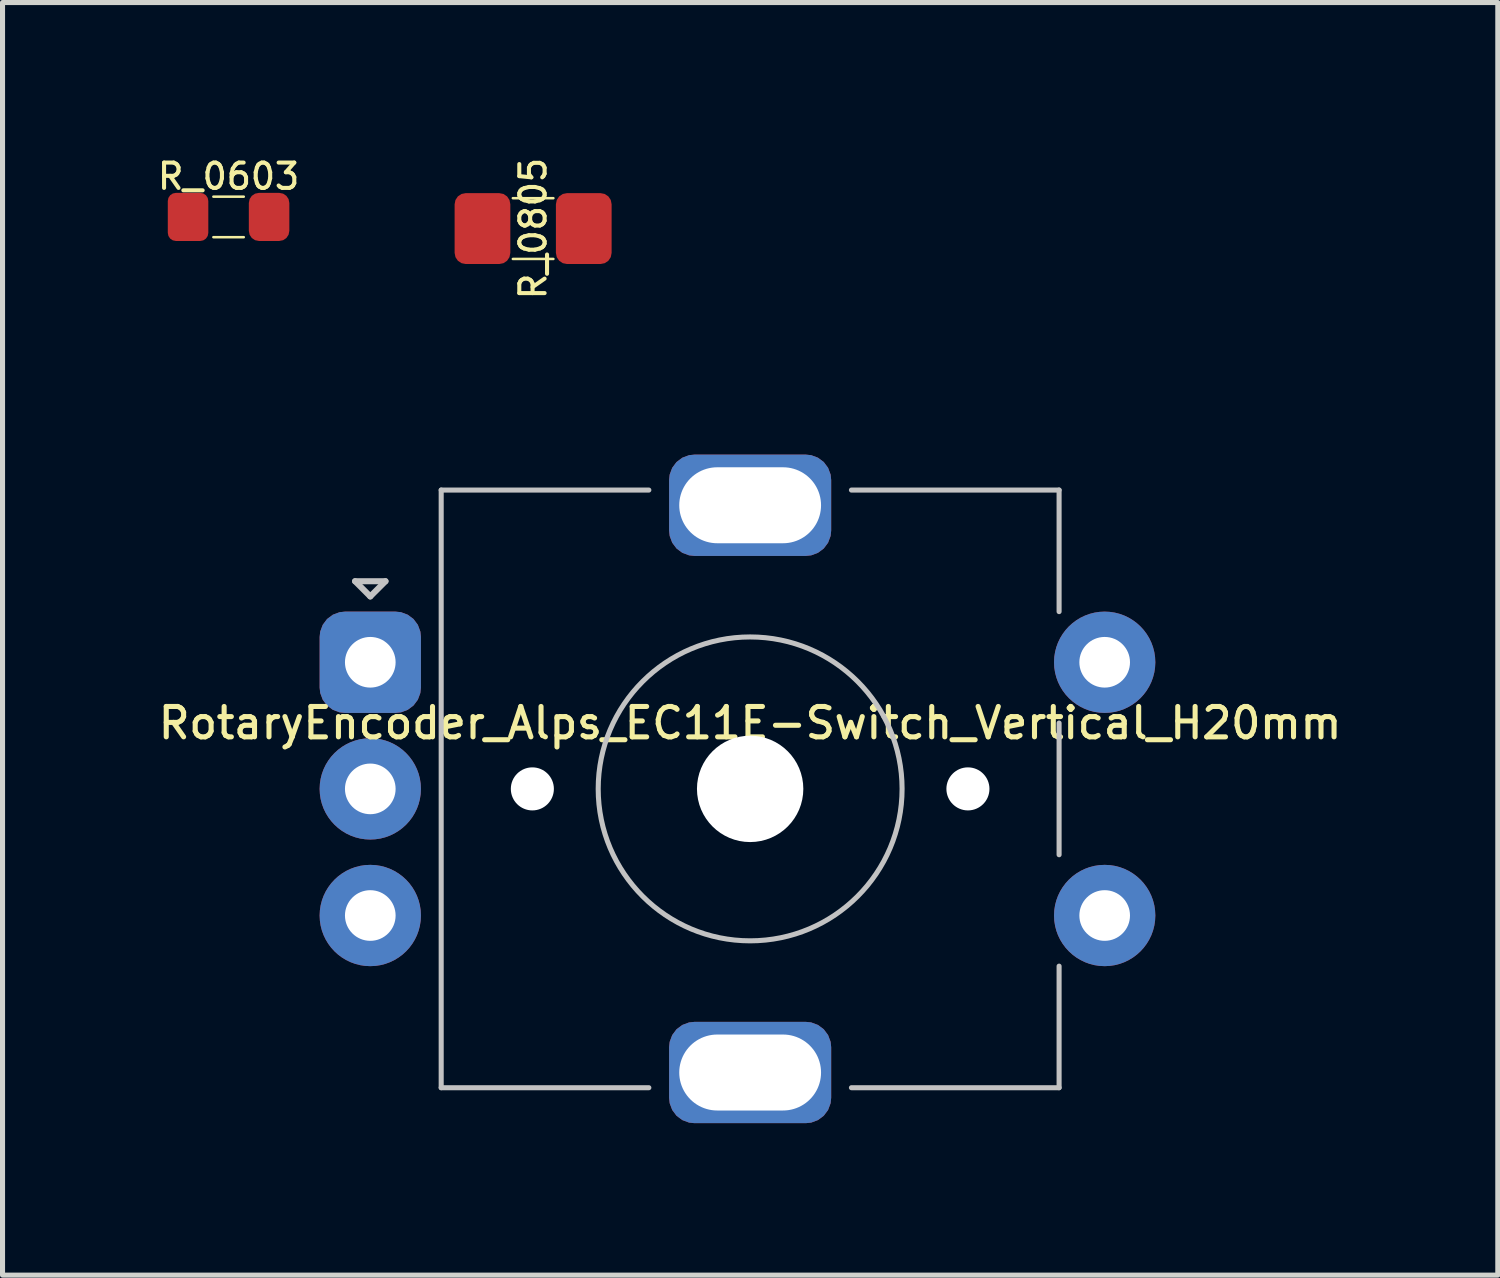
<source format=kicad_pcb>
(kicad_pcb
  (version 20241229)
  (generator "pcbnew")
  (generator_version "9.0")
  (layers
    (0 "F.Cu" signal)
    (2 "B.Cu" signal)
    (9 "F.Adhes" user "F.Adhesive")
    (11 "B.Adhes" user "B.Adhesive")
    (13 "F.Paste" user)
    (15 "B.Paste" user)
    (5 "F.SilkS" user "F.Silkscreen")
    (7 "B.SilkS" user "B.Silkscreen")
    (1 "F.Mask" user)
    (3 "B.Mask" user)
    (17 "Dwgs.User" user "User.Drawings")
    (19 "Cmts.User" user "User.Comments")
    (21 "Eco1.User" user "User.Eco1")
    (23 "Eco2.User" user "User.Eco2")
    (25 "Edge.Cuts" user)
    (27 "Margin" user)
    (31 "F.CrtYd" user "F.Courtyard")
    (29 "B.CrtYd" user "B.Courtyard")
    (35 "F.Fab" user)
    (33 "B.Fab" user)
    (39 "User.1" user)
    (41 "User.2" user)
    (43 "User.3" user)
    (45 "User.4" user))
  (footprint "RotaryEncoder_Alps_EC11E-Switch_Vertical_H20mm"
    (layer "F.Cu")
    (at 11.761 12.526)
    (property "Reference" "RotaryEncoder_Alps_EC11E-Switch_Vertical_H20mm" (at 0 -1.3 0) (layer "F.SilkS") (effects (font (size 0.6 0.6) (thickness 0.1))))
    (attr through_hole)
    (fp_line (start -7.8 -4.1) (end -7.2 -4.1) (stroke (width 0.12) (type solid)) (layer "Dwgs.User"))
    (fp_line (start -7.5 -3.8) (end -7.8 -4.1) (stroke (width 0.12) (type solid)) (layer "Dwgs.User"))
    (fp_line (start -7.2 -4.1) (end -7.5 -3.8) (stroke (width 0.12) (type solid)) (layer "Dwgs.User"))
    (fp_line (start -6.1 -5.9) (end -6.1 5.9) (stroke (width 0.1) (type solid)) (layer "Dwgs.User"))
    (fp_line (start -2 -5.9) (end -6.1 -5.9) (stroke (width 0.1) (type solid)) (layer "Dwgs.User"))
    (fp_line (start -2 5.9) (end -6.1 5.9) (stroke (width 0.1) (type solid)) (layer "Dwgs.User"))
    (fp_line (start -0.5 0) (end 0.5 0) (stroke (width 0.1) (type solid)) (layer "Dwgs.User"))
    (fp_line (start 0 -0.5) (end 0 0.5) (stroke (width 0.1) (type solid)) (layer "Dwgs.User"))
    (fp_line (start 2 -5.9) (end 6.1 -5.9) (stroke (width 0.1) (type solid)) (layer "Dwgs.User"))
    (fp_line (start 6.1 -5.9) (end 6.1 -3.5) (stroke (width 0.1) (type solid)) (layer "Dwgs.User"))
    (fp_line (start 6.1 -1.3) (end 6.1 1.3) (stroke (width 0.1) (type solid)) (layer "Dwgs.User"))
    (fp_line (start 6.1 3.5) (end 6.1 5.9) (stroke (width 0.1) (type solid)) (layer "Dwgs.User"))
    (fp_line (start 6.1 5.9) (end 2 5.9) (stroke (width 0.1) (type solid)) (layer "Dwgs.User"))
    (fp_circle (center 0 0) (end 3 0) (stroke (width 0.1) (type solid)) (fill no) (layer "Dwgs.User"))
    (pad "" np_thru_hole circle (at -4.3 0) (size 0.85 0.85) (drill 0.85) (layers "*.Cu" "*.Mask"))
    (pad "" np_thru_hole circle (at 0 0) (size 2.1 2.1) (drill 2.1) (layers "*.Cu" "*.Mask"))
    (pad "" np_thru_hole circle (at 4.3 0) (size 0.85 0.85) (drill 0.85) (layers "*.Cu" "*.Mask"))
    (pad "A" thru_hole roundrect (at -7.5 -2.5) (size 2 2) (drill 1) (layers "*.Cu" "*.Mask") (roundrect_rratio 0.25))
    (pad "B" thru_hole circle (at -7.5 2.5) (size 2 2) (drill 1) (layers "*.Cu" "*.Mask"))
    (pad "C" thru_hole circle (at -7.5 0) (size 2 2) (drill 1) (layers "*.Cu" "*.Mask"))
    (pad "MP" thru_hole roundrect (at 0 -5.6) (size 3.2 2) (drill oval 2.8 1.5) (layers "*.Cu" "*.Mask") (roundrect_rratio 0.25))
    (pad "MP" thru_hole roundrect (at 0 5.6) (size 3.2 2) (drill oval 2.8 1.5) (layers "*.Cu" "*.Mask") (roundrect_rratio 0.25))
    (pad "S1" thru_hole circle (at 7 2.5) (size 2 2) (drill 1) (layers "*.Cu" "*.Mask"))
    (pad "S2" thru_hole circle (at 7 -2.5) (size 2 2) (drill 1) (layers "*.Cu" "*.Mask")))
  (footprint "R_0603"
    (layer "F.Cu")
    (at 1.463 1.233)
    (property "Reference" "R_0603" (at 0 -0.8 180) (layer "F.SilkS") (effects (font (size 0.5 0.5) (thickness 0.08))))
    (attr smd)
    (fp_line (start -0.3 -0.4) (end 0.3 -0.4) (stroke (width 0.05) (type solid)) (layer "F.SilkS"))
    (fp_line (start -0.3 0.4) (end 0.3 0.4) (stroke (width 0.05) (type solid)) (layer "F.SilkS"))
    (pad "1" smd roundrect (at -0.8 0) (size 0.8 0.95) (layers "F.Cu" "F.Mask" "F.Paste") (roundrect_rratio 0.2))
    (pad "2" smd roundrect (at 0.8 0) (size 0.8 0.95) (layers "F.Cu" "F.Mask" "F.Paste") (roundrect_rratio 0.25)))
  (footprint "R_0805"
    (layer "F.Cu")
    (at 7.476 1.463)
    (property "Reference" "R_0805" (at 0 0 90) (layer "F.SilkS") (effects (font (size 0.5 0.5) (thickness 0.08))))
    (attr smd)
    (fp_line (start -0.4 -0.6) (end 0.4 -0.6) (stroke (width 0.05) (type solid)) (layer "F.SilkS"))
    (fp_line (start -0.4 0.6) (end 0.4 0.6) (stroke (width 0.05) (type solid)) (layer "F.SilkS"))
    (pad "1" smd roundrect (at -1 0) (size 1.1 1.4) (layers "F.Cu" "F.Mask" "F.Paste") (roundrect_rratio 0.2))
    (pad "2" smd roundrect (at 1 0) (size 1.1 1.4) (layers "F.Cu" "F.Mask" "F.Paste") (roundrect_rratio 0.2)))
  (gr_rect
    (start -3 -3)
    (end 26.523 22.126)
    (stroke (width 0.1) (type default))
    (fill no)
    (layer "Edge.Cuts")))
</source>
